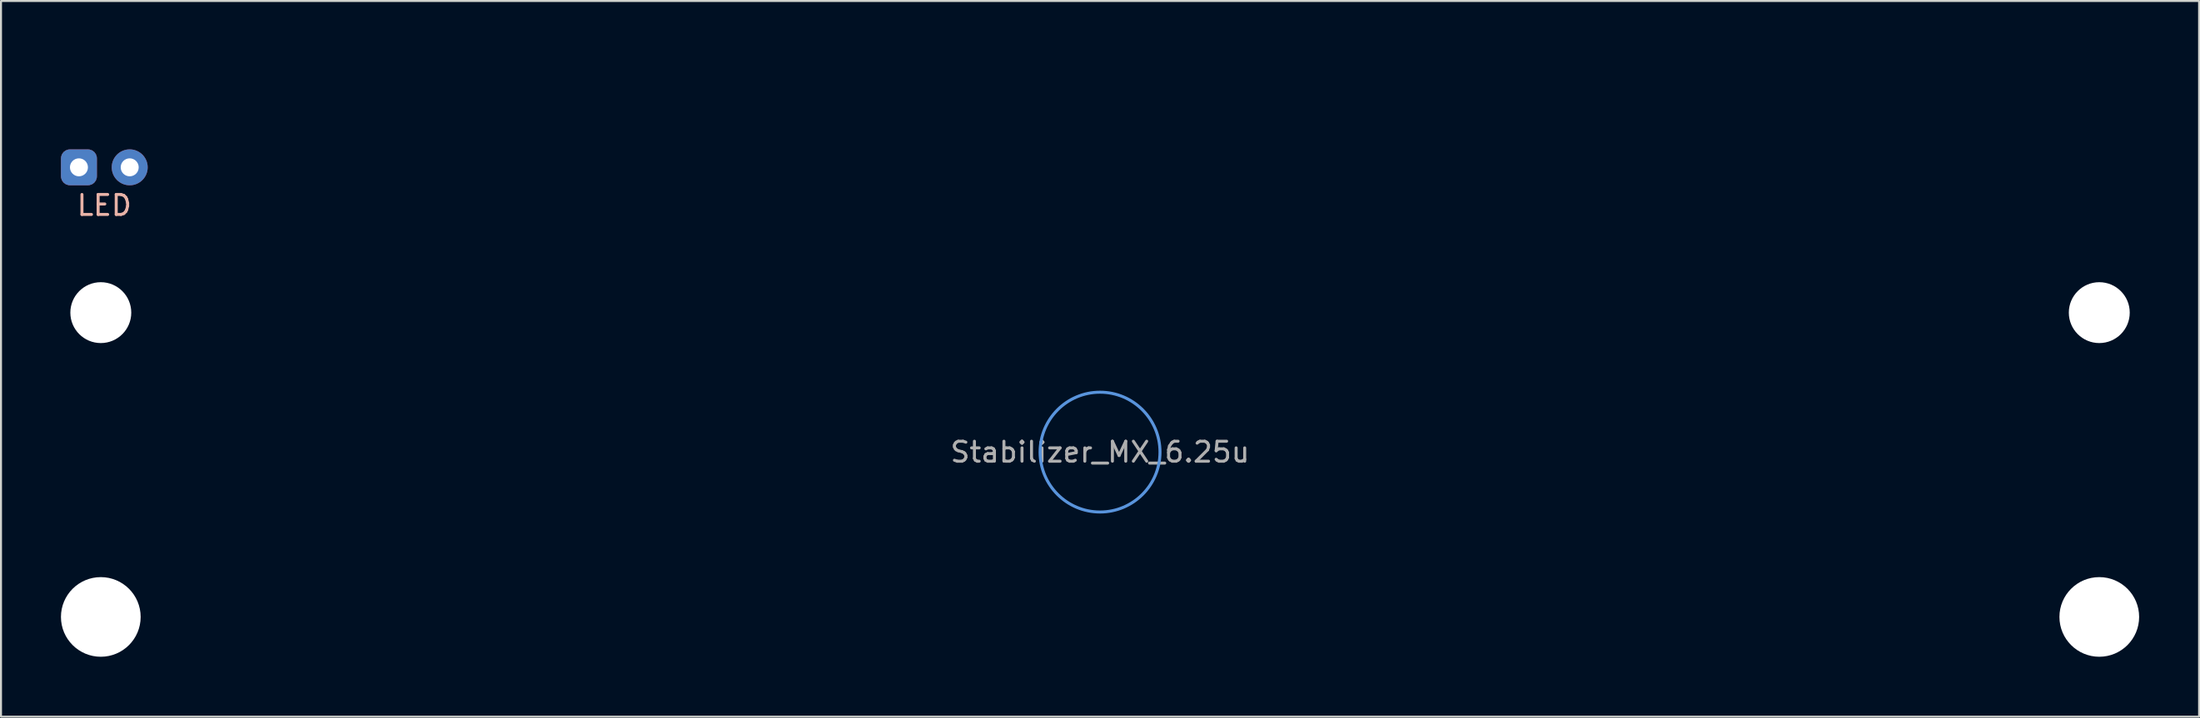
<source format=kicad_pcb>
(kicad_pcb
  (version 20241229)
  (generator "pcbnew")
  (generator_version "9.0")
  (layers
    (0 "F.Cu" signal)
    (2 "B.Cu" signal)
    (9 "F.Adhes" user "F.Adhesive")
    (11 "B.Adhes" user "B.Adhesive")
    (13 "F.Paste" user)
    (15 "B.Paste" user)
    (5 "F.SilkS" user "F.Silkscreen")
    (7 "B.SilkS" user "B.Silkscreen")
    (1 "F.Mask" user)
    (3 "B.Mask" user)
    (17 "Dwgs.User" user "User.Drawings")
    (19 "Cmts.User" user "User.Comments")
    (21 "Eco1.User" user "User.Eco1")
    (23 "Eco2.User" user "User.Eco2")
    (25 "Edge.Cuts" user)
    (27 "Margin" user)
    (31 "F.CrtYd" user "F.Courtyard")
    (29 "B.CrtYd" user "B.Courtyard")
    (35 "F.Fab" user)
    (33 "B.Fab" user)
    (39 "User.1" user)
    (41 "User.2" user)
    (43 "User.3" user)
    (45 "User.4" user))
  (footprint "LED"
    (layer "F.Cu")
    (at 2.17 0.25)
    (property "Reference" "LED" (at 0 6.985 0) (layer "B.SilkS") (effects (font (size 1 1) (thickness 0.15))))
    (attr through_hole)
    (pad "1" thru_hole roundrect (at -1.27 5.08) (size 1.8 1.8) (drill 0.9) (layers "*.Cu" "*.Mask") (roundrect_rratio 0.25))
    (pad "2" thru_hole circle (at 1.27 5.08) (size 1.8 1.8) (drill 0.9) (layers "*.Cu" "*.Mask")))
  (footprint "Stabilizer_MX_6.25u"
    (layer "F.Cu")
    (at 51.994 19.592)
    (property "Reference" "Stabilizer_MX_6.25u" (at 0 0 0) (layer "F.Fab") (effects (font (size 1 1) (thickness 0.15))))
    (attr through_hole)
    (fp_circle (center 0 0) (end 3 0) (stroke (width 0.15) (type solid)) (fill no) (layer "Cmts.User"))
    (pad "" np_thru_hole circle (at -50 -6.985) (size 3.048 3.048) (drill 3.048) (layers "*.Cu" "*.Mask"))
    (pad "" np_thru_hole circle (at -50 8.255) (size 3.988 3.988) (drill 3.988) (layers "*.Cu" "*.Mask"))
    (pad "" np_thru_hole circle (at 50 -6.985) (size 3.048 3.048) (drill 3.048) (layers "*.Cu" "*.Mask"))
    (pad "" np_thru_hole circle (at 50 8.255) (size 3.988 3.988) (drill 3.988) (layers "*.Cu" "*.Mask")))
  (gr_rect
    (start -3 -3)
    (end 106.988 32.841)
    (stroke (width 0.1) (type default))
    (fill no)
    (layer "Edge.Cuts")))
</source>
